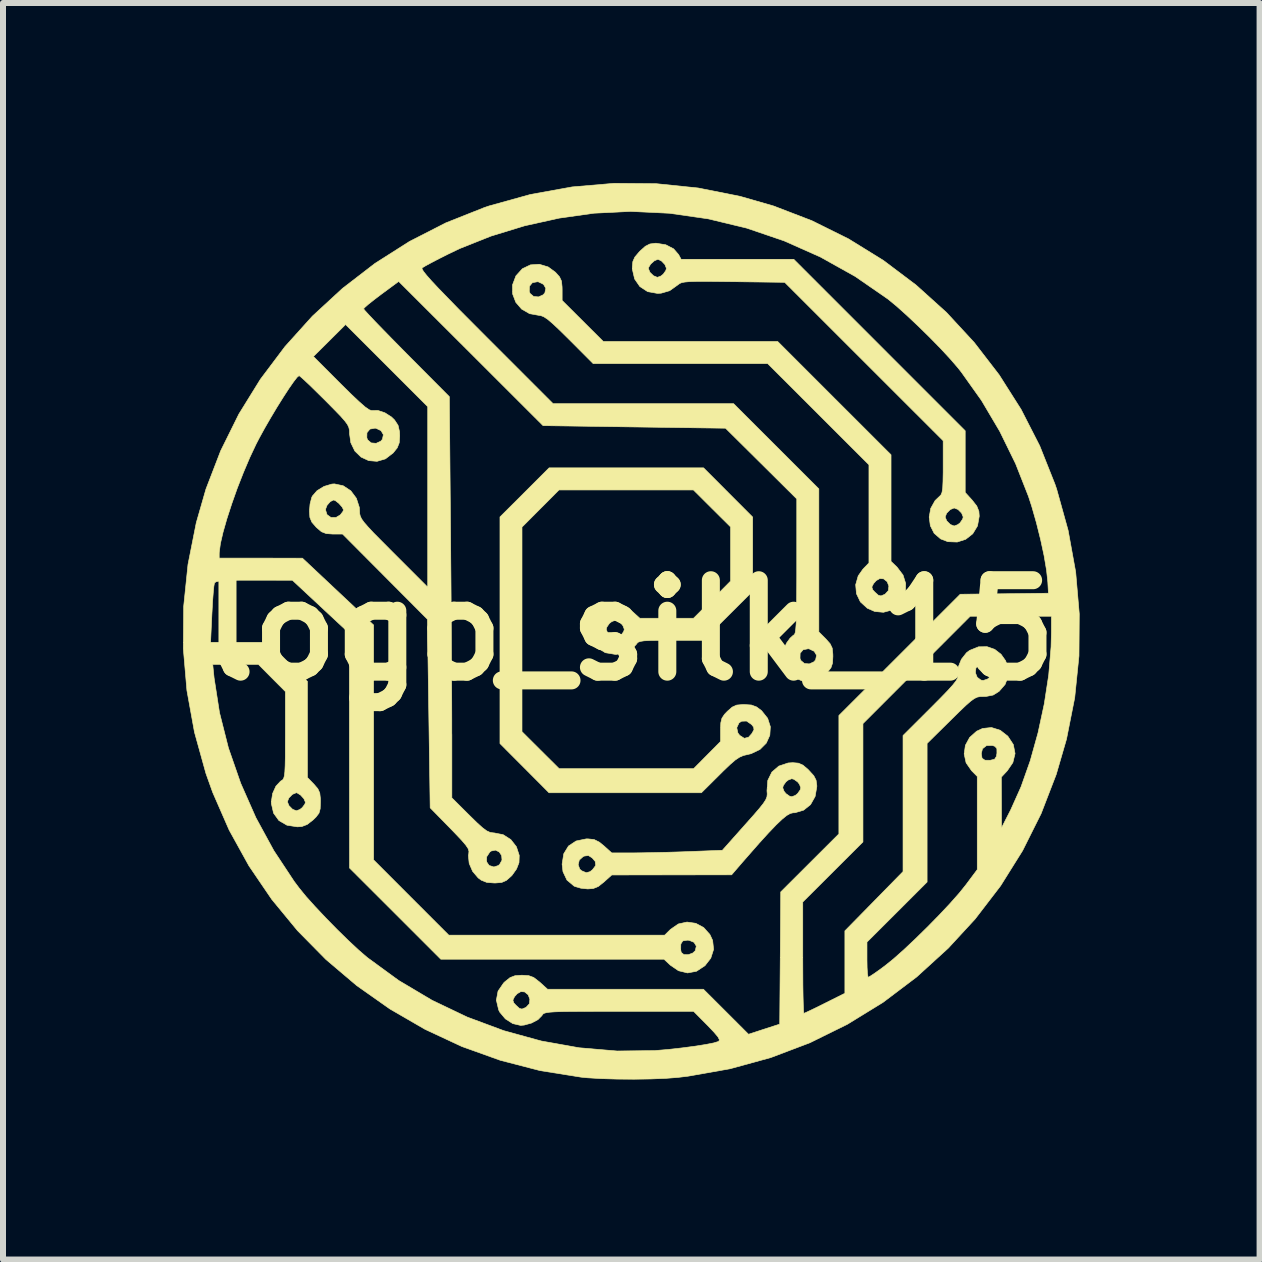
<source format=kicad_pcb>
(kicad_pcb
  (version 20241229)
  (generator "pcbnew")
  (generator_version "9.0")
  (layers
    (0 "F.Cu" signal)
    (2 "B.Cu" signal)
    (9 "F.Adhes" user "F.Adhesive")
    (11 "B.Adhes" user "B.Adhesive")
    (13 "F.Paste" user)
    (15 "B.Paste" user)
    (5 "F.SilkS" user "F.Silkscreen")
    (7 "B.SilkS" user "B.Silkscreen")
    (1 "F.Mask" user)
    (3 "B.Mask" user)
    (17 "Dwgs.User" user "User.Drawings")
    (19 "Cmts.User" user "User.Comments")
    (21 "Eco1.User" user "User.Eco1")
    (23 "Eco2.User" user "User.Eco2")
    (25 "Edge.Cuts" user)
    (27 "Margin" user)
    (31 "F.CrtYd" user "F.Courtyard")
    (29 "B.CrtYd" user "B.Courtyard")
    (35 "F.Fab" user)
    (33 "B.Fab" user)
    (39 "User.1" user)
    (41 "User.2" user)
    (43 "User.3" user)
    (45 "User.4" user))
  (footprint "logo_silk_15"
    (layer "F.Cu")
    (at 7.454 7.454)
    (property "Reference" "logo_silk_15" (at 0 0 0) (layer "F.SilkS") (effects (font (size 1.524 1.524) (thickness 0.3))))
    (attr through_hole)
    (fp_poly (pts (xy -1.368 -6.055) (xy -1.247 -5.966) (xy -1.18 -5.891) (xy -1.147 -5.82) (xy -1.137 -5.723) (xy -1.136 -5.676) (xy -1.136 -5.497) (xy -0.45 -4.813) (xy 2.456 -4.813) (xy 3.4 -3.869) (xy 4.345 -2.925) (xy 4.345 -1.149) (xy 4.445 -1.053) (xy 4.545 -0.921) (xy 4.589 -0.781) (xy 4.585 -0.643) (xy 4.539 -0.517) (xy 4.457 -0.411) (xy 4.348 -0.335) (xy 4.218 -0.3) (xy 4.073 -0.314) (xy 3.95 -0.368) (xy 3.834 -0.474) (xy 3.769 -0.61) (xy 3.759 -0.722) (xy 4.025 -0.722) (xy 4.04 -0.675) (xy 4.075 -0.637) (xy 4.134 -0.584) (xy 4.178 -0.573) (xy 4.237 -0.598) (xy 4.247 -0.603) (xy 4.3 -0.661) (xy 4.309 -0.738) (xy 4.28 -0.811) (xy 4.221 -0.858) (xy 4.158 -0.863) (xy 4.098 -0.828) (xy 4.054 -0.779) (xy 4.025 -0.722) (xy 3.759 -0.722) (xy 3.756 -0.76) (xy 3.798 -0.907) (xy 3.876 -1.018) (xy 3.977 -1.123) (xy 3.977 -2.758) (xy 2.289 -4.445) (xy -0.619 -4.445) (xy -1.019 -4.846) (xy -1.175 -5) (xy -1.293 -5.111) (xy -1.38 -5.185) (xy -1.445 -5.227) (xy -1.494 -5.245) (xy -1.513 -5.247) (xy -1.677 -5.276) (xy -1.811 -5.353) (xy -1.908 -5.466) (xy -1.961 -5.605) (xy -1.962 -5.648) (xy -1.684 -5.648) (xy -1.67 -5.613) (xy -1.611 -5.563) (xy -1.529 -5.556) (xy -1.452 -5.591) (xy -1.424 -5.623) (xy -1.408 -5.7) (xy -1.447 -5.766) (xy -1.529 -5.806) (xy -1.547 -5.809) (xy -1.632 -5.793) (xy -1.681 -5.733) (xy -1.684 -5.648) (xy -1.962 -5.648) (xy -1.963 -5.756) (xy -1.906 -5.907) (xy -1.904 -5.909) (xy -1.798 -6.026) (xy -1.664 -6.09) (xy -1.516 -6.1) (xy -1.368 -6.055)) (stroke (width 0.01) (type solid)) (fill yes) (layer "F.SilkS"))
    (fp_poly (pts (xy 0.591 -6.425) (xy 0.722 -6.357) (xy 0.805 -6.261) (xy 0.847 -6.183) (xy 2.724 -6.183) (xy 5.581 -3.325) (xy 5.581 -2.297) (xy 5.698 -2.168) (xy 5.774 -2.071) (xy 5.809 -1.983) (xy 5.815 -1.902) (xy 5.786 -1.74) (xy 5.707 -1.609) (xy 5.59 -1.517) (xy 5.448 -1.471) (xy 5.292 -1.477) (xy 5.172 -1.523) (xy 5.064 -1.616) (xy 5 -1.743) (xy 4.981 -1.888) (xy 4.981 -1.888) (xy 5.247 -1.888) (xy 5.274 -1.822) (xy 5.334 -1.763) (xy 5.397 -1.738) (xy 5.456 -1.76) (xy 5.495 -1.79) (xy 5.538 -1.852) (xy 5.548 -1.888) (xy 5.521 -1.954) (xy 5.461 -2.014) (xy 5.397 -2.039) (xy 5.332 -2.012) (xy 5.272 -1.952) (xy 5.247 -1.888) (xy 4.981 -1.888) (xy 5.007 -2.033) (xy 5.08 -2.163) (xy 5.154 -2.233) (xy 5.178 -2.258) (xy 5.195 -2.3) (xy 5.206 -2.368) (xy 5.211 -2.476) (xy 5.214 -2.635) (xy 5.214 -2.718) (xy 5.214 -3.159) (xy 2.573 -5.799) (xy 1.718 -5.81) (xy 1.456 -5.813) (xy 1.253 -5.815) (xy 1.1 -5.814) (xy 0.989 -5.811) (xy 0.911 -5.804) (xy 0.859 -5.795) (xy 0.824 -5.78) (xy 0.798 -5.762) (xy 0.791 -5.756) (xy 0.655 -5.659) (xy 0.513 -5.618) (xy 0.45 -5.615) (xy 0.289 -5.644) (xy 0.16 -5.728) (xy 0.072 -5.855) (xy 0.034 -6.018) (xy 0.034 -6.03) (xy 0.301 -6.03) (xy 0.327 -5.966) (xy 0.387 -5.908) (xy 0.451 -5.882) (xy 0.51 -5.904) (xy 0.549 -5.935) (xy 0.592 -5.996) (xy 0.602 -6.032) (xy 0.577 -6.095) (xy 0.521 -6.154) (xy 0.462 -6.183) (xy 0.46 -6.183) (xy 0.401 -6.158) (xy 0.339 -6.103) (xy 0.303 -6.043) (xy 0.301 -6.03) (xy 0.034 -6.03) (xy 0.033 -6.05) (xy 0.042 -6.144) (xy 0.075 -6.219) (xy 0.146 -6.303) (xy 0.163 -6.321) (xy 0.251 -6.4) (xy 0.326 -6.438) (xy 0.415 -6.45) (xy 0.434 -6.45) (xy 0.591 -6.425)) (stroke (width 0.01) (type solid)) (fill yes) (layer "F.SilkS"))
    (fp_poly (pts (xy 2.802 2.214) (xy 2.877 2.247) (xy 2.961 2.318) (xy 2.978 2.336) (xy 3.058 2.424) (xy 3.096 2.498) (xy 3.108 2.587) (xy 3.108 2.606) (xy 3.08 2.769) (xy 3.004 2.904) (xy 2.889 2.997) (xy 2.745 3.04) (xy 2.713 3.041) (xy 2.666 3.052) (xy 2.606 3.086) (xy 2.529 3.149) (xy 2.429 3.244) (xy 2.303 3.376) (xy 2.145 3.55) (xy 1.952 3.77) (xy 1.867 3.867) (xy 1.688 4.075) (xy 0.689 4.076) (xy -0.309 4.077) (xy -0.439 4.194) (xy -0.533 4.269) (xy -0.617 4.303) (xy -0.71 4.31) (xy -0.823 4.298) (xy -0.923 4.269) (xy -0.939 4.261) (xy -1.056 4.162) (xy -1.122 4.022) (xy -1.135 3.907) (xy -0.869 3.907) (xy -0.842 3.981) (xy -0.81 4.008) (xy -0.733 4.04) (xy -0.67 4.022) (xy -0.629 3.989) (xy -0.576 3.918) (xy -0.585 3.851) (xy -0.635 3.793) (xy -0.698 3.753) (xy -0.765 3.762) (xy -0.786 3.771) (xy -0.85 3.828) (xy -0.869 3.907) (xy -1.135 3.907) (xy -1.136 3.894) (xy -1.109 3.724) (xy -1.03 3.595) (xy -0.903 3.511) (xy -0.734 3.476) (xy -0.704 3.476) (xy -0.603 3.487) (xy -0.515 3.531) (xy -0.439 3.593) (xy -0.309 3.71) (xy 0.037 3.71) (xy 0.195 3.708) (xy 0.398 3.704) (xy 0.624 3.699) (xy 0.853 3.692) (xy 0.959 3.688) (xy 1.534 3.666) (xy 1.913 3.24) (xy 2.051 3.085) (xy 2.15 2.97) (xy 2.217 2.886) (xy 2.257 2.824) (xy 2.277 2.775) (xy 2.282 2.728) (xy 2.278 2.675) (xy 2.278 2.671) (xy 2.282 2.624) (xy 2.54 2.624) (xy 2.562 2.682) (xy 2.593 2.721) (xy 2.654 2.764) (xy 2.69 2.774) (xy 2.749 2.752) (xy 2.788 2.721) (xy 2.831 2.66) (xy 2.841 2.624) (xy 2.819 2.565) (xy 2.788 2.526) (xy 2.727 2.483) (xy 2.69 2.473) (xy 2.632 2.495) (xy 2.593 2.526) (xy 2.55 2.587) (xy 2.54 2.624) (xy 2.282 2.624) (xy 2.291 2.502) (xy 2.359 2.363) (xy 2.475 2.263) (xy 2.63 2.211) (xy 2.708 2.206) (xy 2.802 2.214)) (stroke (width 0.01) (type solid)) (fill yes) (layer "F.SilkS"))
    (fp_poly (pts (xy 1.63 -2.297) (xy 2.039 -1.887) (xy 2.039 -0.651) (xy 1.629 -0.242) (xy 1.219 0.167) (xy 0.677 0.167) (xy 0.475 0.168) (xy 0.329 0.17) (xy 0.23 0.175) (xy 0.167 0.185) (xy 0.13 0.199) (xy 0.108 0.221) (xy 0.1 0.234) (xy 0.024 0.314) (xy -0.094 0.374) (xy -0.23 0.401) (xy -0.251 0.401) (xy -0.417 0.373) (xy -0.546 0.292) (xy -0.632 0.164) (xy -0.668 -0.004) (xy -0.668 -0.017) (xy -0.401 -0.017) (xy -0.379 0.042) (xy -0.349 0.081) (xy -0.287 0.124) (xy -0.251 0.134) (xy -0.192 0.112) (xy -0.153 0.081) (xy -0.11 0.02) (xy -0.1 -0.017) (xy -0.122 -0.075) (xy -0.153 -0.115) (xy -0.214 -0.157) (xy -0.251 -0.167) (xy -0.309 -0.145) (xy -0.349 -0.115) (xy -0.391 -0.053) (xy -0.401 -0.017) (xy -0.668 -0.017) (xy -0.668 -0.036) (xy -0.66 -0.129) (xy -0.626 -0.205) (xy -0.554 -0.289) (xy -0.539 -0.305) (xy -0.453 -0.383) (xy -0.38 -0.421) (xy -0.292 -0.434) (xy -0.255 -0.434) (xy -0.148 -0.426) (xy -0.065 -0.392) (xy 0.028 -0.319) (xy 0.029 -0.318) (xy 0.158 -0.201) (xy 1.054 -0.201) (xy 1.363 -0.51) (xy 1.671 -0.82) (xy 1.671 -1.723) (xy 1.361 -2.031) (xy 1.052 -2.339) (xy -1.188 -2.339) (xy -1.496 -2.03) (xy -1.805 -1.72) (xy -1.805 1.689) (xy -1.495 1.998) (xy -1.185 2.306) (xy 1.055 2.306) (xy 1.504 1.853) (xy 1.504 1.659) (xy 1.505 1.623) (xy 1.774 1.623) (xy 1.793 1.711) (xy 1.824 1.752) (xy 1.9 1.8) (xy 1.971 1.782) (xy 2.026 1.72) (xy 2.061 1.657) (xy 2.055 1.613) (xy 2.021 1.57) (xy 1.937 1.512) (xy 1.854 1.515) (xy 1.811 1.544) (xy 1.774 1.623) (xy 1.505 1.623) (xy 1.508 1.542) (xy 1.527 1.465) (xy 1.57 1.4) (xy 1.618 1.35) (xy 1.698 1.28) (xy 1.773 1.246) (xy 1.875 1.237) (xy 1.9 1.237) (xy 2.018 1.245) (xy 2.104 1.277) (xy 2.187 1.339) (xy 2.289 1.467) (xy 2.334 1.607) (xy 2.325 1.749) (xy 2.266 1.88) (xy 2.16 1.986) (xy 2.013 2.056) (xy 1.959 2.069) (xy 1.886 2.086) (xy 1.821 2.114) (xy 1.75 2.161) (xy 1.663 2.236) (xy 1.547 2.347) (xy 1.491 2.403) (xy 1.185 2.707) (xy -1.355 2.707) (xy -1.763 2.297) (xy -2.172 1.887) (xy -2.172 -1.889) (xy -1.762 -2.298) (xy -1.353 -2.707) (xy 1.221 -2.707) (xy 1.63 -2.297)) (stroke (width 0.01) (type solid)) (fill yes) (layer "F.SilkS"))
    (fp_poly (pts (xy 0.432 -7.443) (xy 1.132 -7.371) (xy 1.826 -7.233) (xy 2.386 -7.072) (xy 3.026 -6.826) (xy 3.637 -6.523) (xy 4.218 -6.164) (xy 4.762 -5.754) (xy 5.268 -5.298) (xy 5.731 -4.797) (xy 6.147 -4.257) (xy 6.512 -3.682) (xy 6.823 -3.074) (xy 7.076 -2.438) (xy 7.105 -2.353) (xy 7.296 -1.666) (xy 7.422 -0.972) (xy 7.482 -0.273) (xy 7.477 0.427) (xy 7.406 1.124) (xy 7.269 1.814) (xy 7.098 2.402) (xy 6.846 3.055) (xy 6.537 3.673) (xy 6.171 4.258) (xy 5.746 4.812) (xy 5.298 5.298) (xy 4.772 5.777) (xy 4.211 6.201) (xy 3.617 6.566) (xy 2.992 6.874) (xy 2.34 7.121) (xy 1.662 7.307) (xy 0.961 7.431) (xy 0.795 7.451) (xy 0.59 7.467) (xy 0.339 7.477) (xy 0.062 7.481) (xy -0.22 7.479) (xy -0.488 7.471) (xy -0.72 7.457) (xy -0.819 7.447) (xy -1.502 7.338) (xy -2.166 7.166) (xy -2.807 6.936) (xy -3.422 6.649) (xy -4.007 6.31) (xy -4.559 5.921) (xy -5.073 5.485) (xy -5.546 5.005) (xy -5.975 4.484) (xy -6.356 3.924) (xy -6.685 3.329) (xy -6.959 2.702) (xy -7.072 2.386) (xy -7.263 1.698) (xy -7.389 1.003) (xy -7.449 0.303) (xy -7.448 0.201) (xy -6.995 0.201) (xy -6.034 0.201) (xy -5.707 0.526) (xy -5.381 0.851) (xy -5.381 2.453) (xy -5.272 2.565) (xy -5.207 2.641) (xy -5.175 2.712) (xy -5.164 2.809) (xy -5.164 2.862) (xy -5.168 2.974) (xy -5.188 3.047) (xy -5.237 3.111) (xy -5.288 3.161) (xy -5.385 3.236) (xy -5.474 3.27) (xy -5.549 3.275) (xy -5.722 3.248) (xy -5.856 3.17) (xy -5.945 3.047) (xy -5.982 2.886) (xy -5.982 2.857) (xy -5.715 2.857) (xy -5.688 2.923) (xy -5.628 2.983) (xy -5.565 3.008) (xy -5.506 2.986) (xy -5.467 2.955) (xy -5.424 2.898) (xy -5.414 2.866) (xy -5.439 2.807) (xy -5.494 2.746) (xy -5.554 2.709) (xy -5.567 2.707) (xy -5.631 2.734) (xy -5.69 2.794) (xy -5.715 2.857) (xy -5.982 2.857) (xy -5.961 2.72) (xy -5.906 2.598) (xy -5.828 2.514) (xy -5.815 2.506) (xy -5.793 2.492) (xy -5.777 2.468) (xy -5.765 2.426) (xy -5.757 2.358) (xy -5.752 2.255) (xy -5.749 2.108) (xy -5.749 1.908) (xy -5.748 1.746) (xy -5.748 1.021) (xy -5.973 0.795) (xy -6.198 0.568) (xy -6.959 0.568) (xy -6.936 0.794) (xy -6.846 1.373) (xy -6.697 1.962) (xy -6.493 2.549) (xy -6.24 3.122) (xy -5.941 3.671) (xy -5.602 4.184) (xy -5.519 4.295) (xy -5.405 4.435) (xy -5.252 4.605) (xy -5.075 4.793) (xy -4.887 4.985) (xy -4.699 5.169) (xy -4.526 5.33) (xy -4.38 5.456) (xy -4.378 5.457) (xy -3.859 5.836) (xy -3.303 6.166) (xy -2.717 6.446) (xy -2.109 6.672) (xy -1.485 6.844) (xy -0.853 6.957) (xy -0.22 7.011) (xy 0.407 7.004) (xy 0.635 6.985) (xy 0.872 6.958) (xy 1.084 6.93) (xy 1.26 6.902) (xy 1.391 6.876) (xy 1.467 6.853) (xy 1.475 6.848) (xy 1.485 6.823) (xy 1.459 6.773) (xy 1.391 6.693) (xy 1.288 6.585) (xy 1.055 6.35) (xy -0.19 6.35) (xy -0.511 6.35) (xy -0.772 6.351) (xy -0.979 6.352) (xy -1.138 6.354) (xy -1.257 6.358) (xy -1.342 6.364) (xy -1.399 6.372) (xy -1.434 6.382) (xy -1.455 6.395) (xy -1.468 6.412) (xy -1.472 6.42) (xy -1.539 6.488) (xy -1.646 6.545) (xy -1.769 6.579) (xy -1.829 6.584) (xy -1.959 6.554) (xy -2.082 6.475) (xy -2.175 6.364) (xy -2.194 6.326) (xy -2.232 6.163) (xy -1.957 6.163) (xy -1.942 6.209) (xy -1.907 6.247) (xy -1.848 6.301) (xy -1.805 6.312) (xy -1.745 6.287) (xy -1.736 6.282) (xy -1.682 6.224) (xy -1.674 6.147) (xy -1.702 6.074) (xy -1.761 6.026) (xy -1.824 6.021) (xy -1.885 6.056) (xy -1.929 6.105) (xy -1.957 6.163) (xy -2.232 6.163) (xy -2.232 6.163) (xy -2.204 6.013) (xy -2.111 5.877) (xy -2.09 5.857) (xy -2.004 5.788) (xy -1.921 5.756) (xy -1.808 5.748) (xy -1.805 5.748) (xy -1.693 5.755) (xy -1.611 5.785) (xy -1.524 5.852) (xy -1.508 5.865) (xy -1.379 5.982) (xy 1.219 5.982) (xy 1.595 6.357) (xy 1.97 6.732) (xy 2.23 6.647) (xy 2.49 6.563) (xy 2.499 5.461) (xy 2.506 4.528) (xy 2.874 4.528) (xy 2.874 5.456) (xy 2.875 5.697) (xy 2.876 5.915) (xy 2.879 6.101) (xy 2.883 6.246) (xy 2.887 6.343) (xy 2.891 6.383) (xy 2.892 6.383) (xy 2.927 6.369) (xy 3.008 6.331) (xy 3.124 6.275) (xy 3.242 6.216) (xy 3.576 6.049) (xy 3.576 5.009) (xy 4.061 4.515) (xy 4.545 4.021) (xy 4.545 1.754) (xy 5.011 1.289) (xy 5.173 1.126) (xy 5.292 1.003) (xy 5.374 0.912) (xy 5.426 0.846) (xy 5.454 0.797) (xy 5.462 0.759) (xy 5.459 0.735) (xy 5.461 0.708) (xy 5.751 0.708) (xy 5.781 0.783) (xy 5.844 0.83) (xy 5.882 0.836) (xy 5.952 0.813) (xy 5.976 0.795) (xy 6.016 0.719) (xy 6.007 0.641) (xy 5.96 0.579) (xy 5.889 0.551) (xy 5.815 0.568) (xy 5.76 0.628) (xy 5.751 0.708) (xy 5.461 0.708) (xy 5.465 0.613) (xy 5.517 0.484) (xy 5.603 0.374) (xy 5.655 0.335) (xy 5.803 0.275) (xy 5.945 0.273) (xy 6.072 0.317) (xy 6.178 0.399) (xy 6.255 0.508) (xy 6.297 0.635) (xy 6.296 0.769) (xy 6.246 0.902) (xy 6.146 1.017) (xy 6.047 1.079) (xy 5.93 1.102) (xy 5.891 1.103) (xy 5.833 1.104) (xy 5.784 1.113) (xy 5.733 1.137) (xy 5.672 1.181) (xy 5.591 1.252) (xy 5.48 1.358) (xy 5.342 1.494) (xy 4.946 1.885) (xy 4.946 4.195) (xy 4.445 4.696) (xy 3.944 5.196) (xy 3.944 5.489) (xy 3.946 5.62) (xy 3.952 5.72) (xy 3.961 5.776) (xy 3.966 5.782) (xy 4 5.763) (xy 4.076 5.713) (xy 4.178 5.64) (xy 4.241 5.593) (xy 4.384 5.478) (xy 4.559 5.323) (xy 4.752 5.141) (xy 4.953 4.944) (xy 5.15 4.743) (xy 5.331 4.55) (xy 5.484 4.377) (xy 5.593 4.241) (xy 5.782 3.988) (xy 5.782 2.435) (xy 5.686 2.338) (xy 5.596 2.208) (xy 5.564 2.062) (xy 5.565 2.054) (xy 5.849 2.054) (xy 5.862 2.132) (xy 5.91 2.165) (xy 5.998 2.166) (xy 6.07 2.149) (xy 6.101 2.102) (xy 6.11 2.048) (xy 6.109 1.971) (xy 6.075 1.933) (xy 6.034 1.919) (xy 5.936 1.921) (xy 5.869 1.974) (xy 5.849 2.054) (xy 5.565 2.054) (xy 5.584 1.917) (xy 5.655 1.786) (xy 5.771 1.682) (xy 5.87 1.636) (xy 6.019 1.62) (xy 6.165 1.666) (xy 6.291 1.764) (xy 6.383 1.904) (xy 6.412 2.054) (xy 6.375 2.205) (xy 6.282 2.341) (xy 6.183 2.447) (xy 6.185 2.869) (xy 6.186 3.292) (xy 6.34 2.991) (xy 6.512 2.607) (xy 6.665 2.174) (xy 6.795 1.708) (xy 6.899 1.226) (xy 6.973 0.743) (xy 7.012 0.276) (xy 7.018 0.03) (xy 7.018 -0.234) (xy 5.664 -0.234) (xy 3.877 1.555) (xy 3.877 3.527) (xy 3.376 4.027) (xy 2.874 4.528) (xy 2.506 4.528) (xy 2.507 4.36) (xy 3.476 3.393) (xy 3.476 1.42) (xy 4.487 0.41) (xy 5.498 -0.601) (xy 6.233 -0.609) (xy 6.968 -0.618) (xy 6.958 -0.802) (xy 6.937 -0.999) (xy 6.896 -1.242) (xy 6.838 -1.511) (xy 6.768 -1.792) (xy 6.69 -2.065) (xy 6.636 -2.231) (xy 6.421 -2.777) (xy 6.157 -3.316) (xy 5.853 -3.83) (xy 5.518 -4.301) (xy 5.457 -4.378) (xy 5.331 -4.524) (xy 5.171 -4.697) (xy 4.988 -4.884) (xy 4.795 -5.073) (xy 4.607 -5.25) (xy 4.436 -5.403) (xy 4.296 -5.518) (xy 4.295 -5.519) (xy 3.748 -5.897) (xy 3.168 -6.221) (xy 2.563 -6.49) (xy 1.938 -6.703) (xy 1.299 -6.857) (xy 0.653 -6.95) (xy 0.006 -6.981) (xy -0.606 -6.951) (xy -1.185 -6.869) (xy -1.762 -6.741) (xy -2.32 -6.57) (xy -2.843 -6.362) (xy -3.041 -6.267) (xy -3.19 -6.192) (xy -3.32 -6.124) (xy -3.416 -6.072) (xy -3.467 -6.041) (xy -3.47 -6.039) (xy -3.47 -6.021) (xy -3.447 -5.981) (xy -3.396 -5.917) (xy -3.315 -5.825) (xy -3.201 -5.703) (xy -3.05 -5.547) (xy -2.861 -5.353) (xy -2.628 -5.119) (xy -2.4 -4.89) (xy -1.287 -3.777) (xy 1.721 -3.777) (xy 3.142 -2.357) (xy 3.142 0.027) (xy 3.259 0.144) (xy 3.33 0.224) (xy 3.365 0.297) (xy 3.375 0.395) (xy 3.376 0.434) (xy 3.37 0.547) (xy 3.344 0.624) (xy 3.286 0.698) (xy 3.265 0.719) (xy 3.132 0.814) (xy 2.993 0.852) (xy 2.857 0.841) (xy 2.734 0.787) (xy 2.634 0.699) (xy 2.565 0.583) (xy 2.542 0.468) (xy 2.828 0.468) (xy 2.842 0.503) (xy 2.901 0.553) (xy 2.983 0.56) (xy 3.06 0.525) (xy 3.088 0.493) (xy 3.104 0.416) (xy 3.065 0.35) (xy 2.982 0.31) (xy 2.965 0.307) (xy 2.88 0.324) (xy 2.83 0.383) (xy 2.828 0.468) (xy 2.542 0.468) (xy 2.538 0.448) (xy 2.562 0.302) (xy 2.607 0.208) (xy 2.663 0.131) (xy 2.716 0.083) (xy 2.724 0.079) (xy 2.738 0.066) (xy 2.749 0.035) (xy 2.757 -0.021) (xy 2.764 -0.109) (xy 2.768 -0.234) (xy 2.771 -0.403) (xy 2.773 -0.623) (xy 2.774 -0.9) (xy 2.774 -1.065) (xy 2.774 -2.19) (xy 2.181 -2.779) (xy 1.587 -3.368) (xy 0.067 -3.389) (xy -1.454 -3.411) (xy -2.657 -4.613) (xy -3.86 -5.814) (xy -4.153 -5.598) (xy -4.271 -5.508) (xy -4.367 -5.432) (xy -4.428 -5.378) (xy -4.445 -5.357) (xy -4.422 -5.328) (xy -4.358 -5.258) (xy -4.258 -5.152) (xy -4.128 -5.018) (xy -3.974 -4.86) (xy -3.801 -4.684) (xy -3.731 -4.613) (xy -3.016 -3.894) (xy -2.995 -1.604) (xy -2.992 -1.182) (xy -2.988 -0.752) (xy -2.985 -0.323) (xy -2.982 0.097) (xy -2.98 0.497) (xy -2.978 0.868) (xy -2.976 1.201) (xy -2.975 1.487) (xy -2.975 1.717) (xy -2.974 1.739) (xy -2.974 2.792) (xy -2.681 3.084) (xy -2.554 3.208) (xy -2.461 3.292) (xy -2.392 3.343) (xy -2.336 3.368) (xy -2.282 3.376) (xy -2.272 3.376) (xy -2.119 3.406) (xy -1.991 3.488) (xy -1.898 3.607) (xy -1.851 3.751) (xy -1.855 3.872) (xy -1.896 3.977) (xy -1.971 4.083) (xy -1.988 4.1) (xy -2.067 4.169) (xy -2.143 4.202) (xy -2.248 4.211) (xy -2.267 4.211) (xy -2.392 4.201) (xy -2.484 4.164) (xy -2.535 4.126) (xy -2.628 4.017) (xy -2.685 3.884) (xy -2.688 3.856) (xy -2.396 3.856) (xy -2.353 3.919) (xy -2.273 3.944) (xy -2.202 3.921) (xy -2.179 3.904) (xy -2.138 3.83) (xy -2.144 3.754) (xy -2.184 3.694) (xy -2.246 3.663) (xy -2.318 3.678) (xy -2.342 3.696) (xy -2.394 3.775) (xy -2.396 3.856) (xy -2.688 3.856) (xy -2.698 3.753) (xy -2.692 3.721) (xy -2.689 3.682) (xy -2.703 3.637) (xy -2.742 3.579) (xy -2.812 3.497) (xy -2.92 3.383) (xy -3.003 3.297) (xy -3.335 2.958) (xy -3.381 -0.184) (xy -4.088 -0.894) (xy -4.795 -1.604) (xy -4.958 -1.604) (xy -5.068 -1.612) (xy -5.147 -1.643) (xy -5.229 -1.713) (xy -5.234 -1.718) (xy -5.307 -1.802) (xy -5.34 -1.882) (xy -5.347 -1.987) (xy -5.345 -2.01) (xy -5.08 -2.01) (xy -5.054 -1.927) (xy -4.989 -1.881) (xy -4.905 -1.88) (xy -4.832 -1.924) (xy -4.79 -1.979) (xy -4.779 -2.008) (xy -4.803 -2.055) (xy -4.856 -2.115) (xy -4.915 -2.161) (xy -4.944 -2.172) (xy -5 -2.145) (xy -5.054 -2.083) (xy -5.08 -2.015) (xy -5.08 -2.01) (xy -5.345 -2.01) (xy -5.337 -2.105) (xy -5.31 -2.211) (xy -5.299 -2.236) (xy -5.221 -2.326) (xy -5.104 -2.398) (xy -4.973 -2.437) (xy -4.931 -2.44) (xy -4.785 -2.409) (xy -4.658 -2.325) (xy -4.565 -2.2) (xy -4.516 -2.049) (xy -4.512 -1.988) (xy -4.51 -1.944) (xy -4.5 -1.902) (xy -4.478 -1.856) (xy -4.436 -1.798) (xy -4.37 -1.722) (xy -4.275 -1.62) (xy -4.143 -1.487) (xy -3.971 -1.314) (xy -3.944 -1.287) (xy -3.376 -0.719) (xy -3.376 -3.727) (xy -4.06 -4.411) (xy -4.745 -5.096) (xy -5.013 -4.829) (xy -5.281 -4.563) (xy -4.822 -4.103) (xy -4.649 -3.932) (xy -4.516 -3.807) (xy -4.419 -3.722) (xy -4.351 -3.675) (xy -4.31 -3.661) (xy -4.303 -3.662) (xy -4.206 -3.664) (xy -4.09 -3.625) (xy -3.98 -3.555) (xy -3.928 -3.504) (xy -3.87 -3.415) (xy -3.846 -3.31) (xy -3.843 -3.239) (xy -3.851 -3.124) (xy -3.884 -3.041) (xy -3.952 -2.956) (xy -4.081 -2.857) (xy -4.221 -2.816) (xy -4.36 -2.828) (xy -4.487 -2.887) (xy -4.591 -2.988) (xy -4.658 -3.127) (xy -4.669 -3.208) (xy -4.391 -3.208) (xy -4.377 -3.173) (xy -4.318 -3.123) (xy -4.236 -3.116) (xy -4.159 -3.151) (xy -4.131 -3.183) (xy -4.115 -3.26) (xy -4.154 -3.327) (xy -4.236 -3.366) (xy -4.254 -3.369) (xy -4.339 -3.353) (xy -4.389 -3.293) (xy -4.391 -3.208) (xy -4.669 -3.208) (xy -4.679 -3.275) (xy -4.68 -3.331) (xy -4.69 -3.379) (xy -4.713 -3.429) (xy -4.757 -3.489) (xy -4.828 -3.57) (xy -4.933 -3.678) (xy -5.078 -3.825) (xy -5.088 -3.835) (xy -5.223 -3.968) (xy -5.341 -4.084) (xy -5.436 -4.173) (xy -5.499 -4.229) (xy -5.52 -4.244) (xy -5.553 -4.217) (xy -5.612 -4.141) (xy -5.692 -4.026) (xy -5.786 -3.881) (xy -5.888 -3.718) (xy -5.992 -3.544) (xy -6.092 -3.371) (xy -6.182 -3.207) (xy -6.235 -3.105) (xy -6.342 -2.878) (xy -6.448 -2.628) (xy -6.55 -2.368) (xy -6.642 -2.108) (xy -6.723 -1.859) (xy -6.787 -1.635) (xy -6.831 -1.445) (xy -6.85 -1.302) (xy -6.851 -1.278) (xy -6.851 -1.203) (xy -6.158 -1.203) (xy -5.464 -1.202) (xy -4.278 -0.088) (xy -4.278 3.826) (xy -3.652 4.453) (xy -3.025 5.08) (xy 0.573 5.08) (xy 0.67 4.984) (xy 0.8 4.894) (xy 0.945 4.862) (xy 1.091 4.883) (xy 1.222 4.953) (xy 1.326 5.069) (xy 1.372 5.168) (xy 1.388 5.317) (xy 1.341 5.464) (xy 1.244 5.589) (xy 1.103 5.682) (xy 0.954 5.71) (xy 0.803 5.673) (xy 0.667 5.58) (xy 0.561 5.481) (xy -3.158 5.481) (xy -3.314 5.325) (xy 0.84 5.325) (xy 0.849 5.369) (xy 0.893 5.404) (xy 0.966 5.406) (xy 1.04 5.379) (xy 1.083 5.339) (xy 1.1 5.263) (xy 1.062 5.2) (xy 0.981 5.166) (xy 0.949 5.164) (xy 0.875 5.176) (xy 0.844 5.224) (xy 0.841 5.241) (xy 0.84 5.325) (xy -3.314 5.325) (xy -3.918 4.721) (xy -4.679 3.961) (xy -4.681 2.006) (xy -4.682 0.05) (xy -5.157 -0.392) (xy -5.631 -0.834) (xy -6.271 -0.835) (xy -6.497 -0.835) (xy -6.665 -0.832) (xy -6.783 -0.827) (xy -6.86 -0.819) (xy -6.905 -0.808) (xy -6.927 -0.791) (xy -6.931 -0.784) (xy -6.94 -0.733) (xy -6.95 -0.629) (xy -6.961 -0.485) (xy -6.97 -0.317) (xy -6.973 -0.266) (xy -6.995 0.201) (xy -7.448 0.201) (xy -7.443 -0.399) (xy -7.371 -1.098) (xy -7.233 -1.793) (xy -7.072 -2.353) (xy -6.826 -2.992) (xy -6.523 -3.604) (xy -6.164 -4.184) (xy -5.754 -4.729) (xy -5.298 -5.235) (xy -4.797 -5.697) (xy -4.257 -6.113) (xy -3.682 -6.479) (xy -3.074 -6.79) (xy -2.438 -7.043) (xy -2.353 -7.072) (xy -1.665 -7.263) (xy -0.969 -7.389) (xy -0.269 -7.449) (xy 0.432 -7.443)) (stroke (width 0.01) (type solid)) (fill yes) (layer "F.SilkS")))
  (gr_rect
    (start -3 -3)
    (end 17.941 17.94)
    (stroke (width 0.1) (type default))
    (fill no)
    (layer "Edge.Cuts")))
</source>
